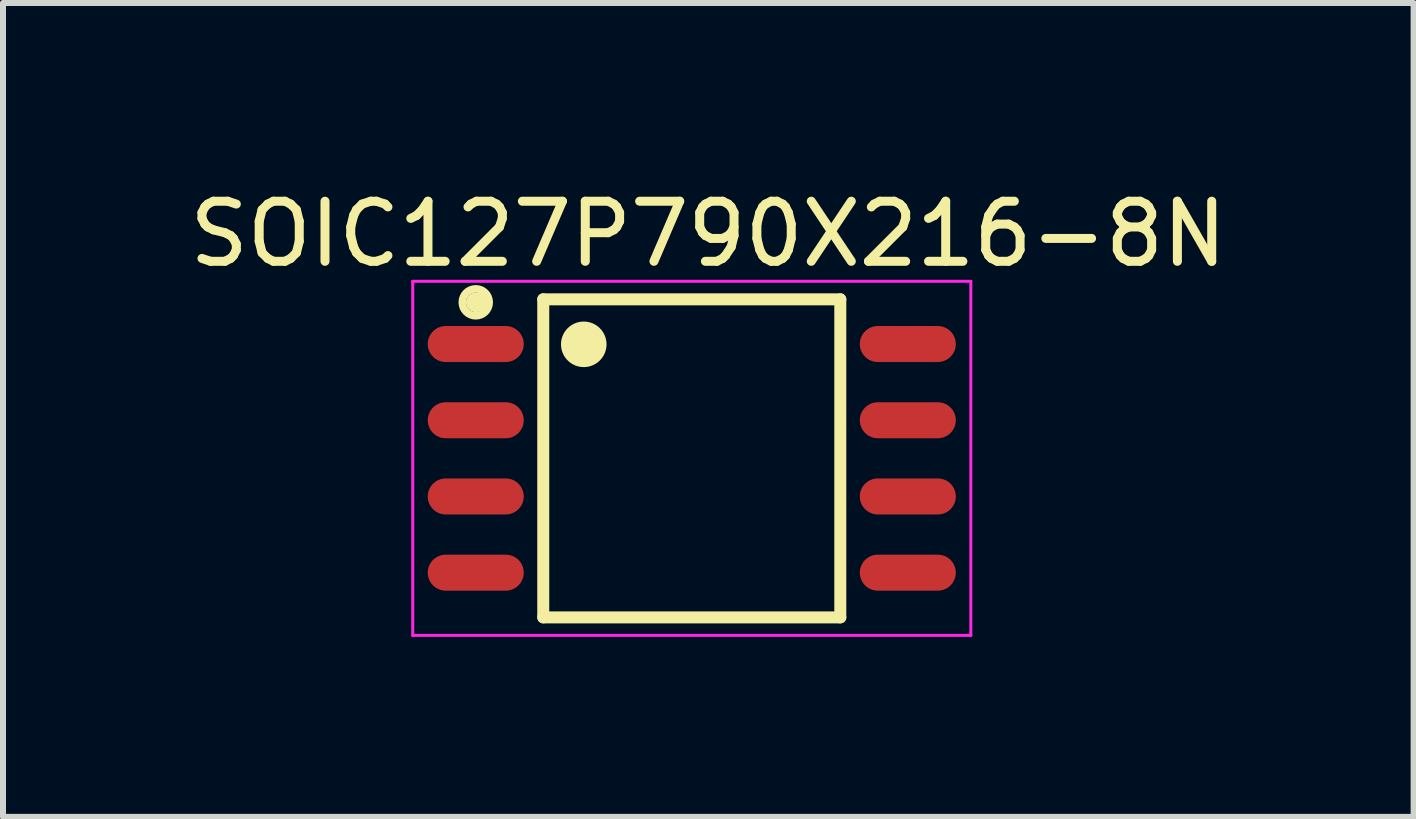
<source format=kicad_pcb>
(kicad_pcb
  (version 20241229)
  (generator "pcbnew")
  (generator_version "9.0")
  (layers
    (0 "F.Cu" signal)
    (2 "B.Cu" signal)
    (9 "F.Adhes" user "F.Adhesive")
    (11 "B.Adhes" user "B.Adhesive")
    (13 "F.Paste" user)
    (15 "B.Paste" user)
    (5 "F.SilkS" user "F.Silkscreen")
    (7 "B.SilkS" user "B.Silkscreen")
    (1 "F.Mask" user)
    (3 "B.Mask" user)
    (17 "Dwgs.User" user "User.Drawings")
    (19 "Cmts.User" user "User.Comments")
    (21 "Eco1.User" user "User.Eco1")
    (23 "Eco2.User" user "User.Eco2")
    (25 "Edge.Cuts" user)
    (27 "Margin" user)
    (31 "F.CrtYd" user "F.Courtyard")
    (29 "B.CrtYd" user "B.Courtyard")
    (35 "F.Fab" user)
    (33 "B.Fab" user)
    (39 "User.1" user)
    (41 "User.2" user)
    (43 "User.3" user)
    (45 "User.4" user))
  (footprint "SOIC127P790X216-8N"
    (layer "F.Cu")
    (at 8.478 4.588)
    (property "Reference" "SOIC127P790X216-8N" (at 0.275 -3.739 0) (layer "F.SilkS") (effects (font (size 1.001 1.001) (thickness 0.15))))
    (attr through_hole)
    (fp_line (start -2.475 -2.65) (end 2.475 -2.65) (stroke (width 0.2) (type solid)) (layer "F.SilkS"))
    (fp_line (start -2.475 2.65) (end -2.475 -2.65) (stroke (width 0.2) (type solid)) (layer "F.SilkS"))
    (fp_line (start 2.475 -2.65) (end 2.475 2.65) (stroke (width 0.2) (type solid)) (layer "F.SilkS"))
    (fp_line (start 2.475 2.65) (end -2.475 2.65) (stroke (width 0.2) (type solid)) (layer "F.SilkS"))
    (fp_circle (center -3.6 -2.6) (end -3.5 -2.6) (stroke (width 0.127) (type solid)) (fill no) (layer "F.SilkS"))
    (fp_circle (center -3.6 -2.6) (end -3.376 -2.6) (stroke (width 0.127) (type solid)) (fill no) (layer "F.SilkS"))
    (fp_circle (center -3.5 -2.6) (end -3.4 -2.6) (stroke (width 0.127) (type solid)) (fill no) (layer "F.SilkS"))
    (fp_circle (center -1.8 -1.9) (end -1.7 -1.9) (stroke (width 0.127) (type solid)) (fill no) (layer "F.SilkS"))
    (fp_circle (center -1.8 -1.9) (end -1.659 -1.9) (stroke (width 0.127) (type solid)) (fill no) (layer "F.SilkS"))
    (fp_circle (center -1.8 -1.9) (end -1.576 -1.9) (stroke (width 0.127) (type solid)) (fill no) (layer "F.SilkS"))
    (fp_circle (center -1.8 -1.9) (end -1.484 -1.9) (stroke (width 0.127) (type solid)) (fill no) (layer "F.SilkS"))
    (fp_circle (center -1.8 -1.8) (end -1.7 -1.8) (stroke (width 0.127) (type solid)) (fill no) (layer "F.SilkS"))
    (fp_line (start -4.65 -2.95) (end 4.65 -2.95) (stroke (width 0.05) (type solid)) (layer "F.CrtYd"))
    (fp_line (start -4.65 2.95) (end -4.65 -2.95) (stroke (width 0.05) (type solid)) (layer "F.CrtYd"))
    (fp_line (start 4.65 -2.95) (end 4.65 2.95) (stroke (width 0.05) (type solid)) (layer "F.CrtYd"))
    (fp_line (start 4.65 2.95) (end -4.65 2.95) (stroke (width 0.05) (type solid)) (layer "F.CrtYd"))
    (pad "1" smd oval (at -3.6 -1.905) (size 1.6 0.6) (layers "F.Cu" "F.Mask" "F.Paste"))
    (pad "2" smd oval (at -3.6 -0.635) (size 1.6 0.6) (layers "F.Cu" "F.Mask" "F.Paste"))
    (pad "3" smd oval (at -3.6 0.635) (size 1.6 0.6) (layers "F.Cu" "F.Mask" "F.Paste"))
    (pad "4" smd oval (at -3.6 1.905) (size 1.6 0.6) (layers "F.Cu" "F.Mask" "F.Paste"))
    (pad "5" smd oval (at 3.6 1.905 180) (size 1.6 0.6) (layers "F.Cu" "F.Mask" "F.Paste"))
    (pad "6" smd oval (at 3.6 0.635 180) (size 1.6 0.6) (layers "F.Cu" "F.Mask" "F.Paste"))
    (pad "7" smd oval (at 3.6 -0.635 180) (size 1.6 0.6) (layers "F.Cu" "F.Mask" "F.Paste"))
    (pad "8" smd oval (at 3.6 -1.905 180) (size 1.6 0.6) (layers "F.Cu" "F.Mask" "F.Paste")))
  (gr_rect
    (start -3 -3)
    (end 20.507 10.563)
    (stroke (width 0.1) (type default))
    (fill no)
    (layer "Edge.Cuts")))
</source>
